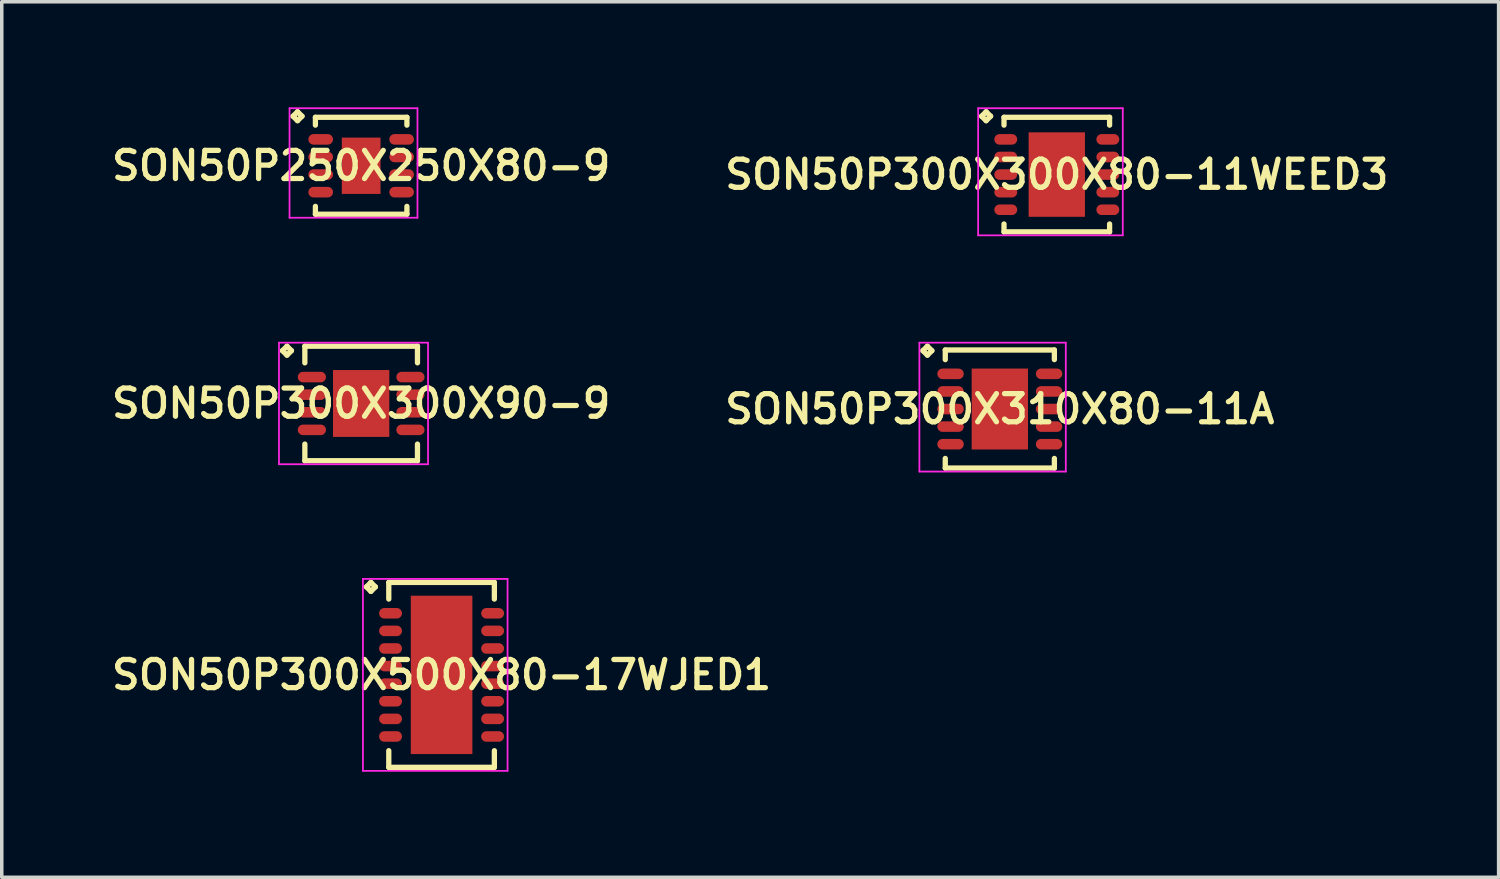
<source format=kicad_pcb>
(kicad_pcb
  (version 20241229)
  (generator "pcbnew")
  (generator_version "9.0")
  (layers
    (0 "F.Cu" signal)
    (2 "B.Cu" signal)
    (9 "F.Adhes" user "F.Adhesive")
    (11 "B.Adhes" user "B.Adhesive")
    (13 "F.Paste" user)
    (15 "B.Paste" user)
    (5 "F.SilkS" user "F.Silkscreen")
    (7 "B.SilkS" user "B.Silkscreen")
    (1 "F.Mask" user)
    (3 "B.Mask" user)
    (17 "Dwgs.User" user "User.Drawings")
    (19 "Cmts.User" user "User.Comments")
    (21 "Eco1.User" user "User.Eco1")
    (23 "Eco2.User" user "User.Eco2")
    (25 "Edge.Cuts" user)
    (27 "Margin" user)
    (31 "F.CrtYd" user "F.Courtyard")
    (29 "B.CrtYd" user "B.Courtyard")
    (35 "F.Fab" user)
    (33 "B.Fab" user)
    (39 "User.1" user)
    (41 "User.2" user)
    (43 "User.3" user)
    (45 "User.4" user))
  (footprint "SON50P300X300X80-11WEED3"
    (layer "F.Cu")
    (at 26.978 1.91)
    (property "Reference" "SON50P300X300X80-11WEED3" (at 0 0 0) (layer "F.SilkS") (effects (font (size 0.8 0.8) (thickness 0.15))))
    (attr smd)
    (fp_line (start -2.135 -1.658) (end -2.008 -1.785) (stroke (width 0.15) (type solid)) (layer "F.SilkS"))
    (fp_line (start -2.008 -1.785) (end -1.881 -1.658) (stroke (width 0.15) (type solid)) (layer "F.SilkS"))
    (fp_line (start -2.008 -1.531) (end -2.135 -1.658) (stroke (width 0.15) (type solid)) (layer "F.SilkS"))
    (fp_line (start -1.881 -1.658) (end -2.008 -1.531) (stroke (width 0.15) (type solid)) (layer "F.SilkS"))
    (fp_line (start -1.5 -1.627) (end 1.5 -1.627) (stroke (width 0.15) (type solid)) (layer "F.SilkS"))
    (fp_line (start -1.5 -1.404) (end -1.5 -1.627) (stroke (width 0.15) (type solid)) (layer "F.SilkS"))
    (fp_line (start -1.5 1.404) (end -1.5 1.627) (stroke (width 0.15) (type solid)) (layer "F.SilkS"))
    (fp_line (start -1.5 1.627) (end 1.5 1.627) (stroke (width 0.15) (type solid)) (layer "F.SilkS"))
    (fp_line (start 1.5 -1.627) (end 1.5 -1.404) (stroke (width 0.15) (type solid)) (layer "F.SilkS"))
    (fp_line (start 1.5 1.627) (end 1.5 1.404) (stroke (width 0.15) (type solid)) (layer "F.SilkS"))
    (fp_line (start -2.235 -1.885) (end 1.875 -1.885) (stroke (width 0.05) (type solid)) (layer "F.CrtYd"))
    (fp_line (start -2.235 1.727) (end -2.235 -1.885) (stroke (width 0.05) (type solid)) (layer "F.CrtYd"))
    (fp_line (start 1.875 -1.885) (end 1.875 1.727) (stroke (width 0.05) (type solid)) (layer "F.CrtYd"))
    (fp_line (start 1.875 1.727) (end -2.235 1.727) (stroke (width 0.05) (type solid)) (layer "F.CrtYd"))
    (pad "1" smd oval (at -1.45 -1) (size 0.65 0.3) (layers "F.Cu" "F.Mask" "F.Paste"))
    (pad "2" smd oval (at -1.45 -0.5) (size 0.65 0.3) (layers "F.Cu" "F.Mask" "F.Paste"))
    (pad "3" smd oval (at -1.45 0) (size 0.65 0.3) (layers "F.Cu" "F.Mask" "F.Paste"))
    (pad "4" smd oval (at -1.45 0.5) (size 0.65 0.3) (layers "F.Cu" "F.Mask" "F.Paste"))
    (pad "5" smd oval (at -1.45 1) (size 0.65 0.3) (layers "F.Cu" "F.Mask" "F.Paste"))
    (pad "6" smd oval (at 1.45 1) (size 0.65 0.3) (layers "F.Cu" "F.Mask" "F.Paste"))
    (pad "7" smd oval (at 1.45 0.5) (size 0.65 0.3) (layers "F.Cu" "F.Mask" "F.Paste"))
    (pad "8" smd oval (at 1.45 0) (size 0.65 0.3) (layers "F.Cu" "F.Mask" "F.Paste"))
    (pad "9" smd oval (at 1.45 -0.5) (size 0.65 0.3) (layers "F.Cu" "F.Mask" "F.Paste"))
    (pad "10" smd oval (at 1.45 -1) (size 0.65 0.3) (layers "F.Cu" "F.Mask" "F.Paste"))
    (pad "11" smd rect (at 0 0) (size 1.6 2.4) (layers "F.Cu" "F.Mask" "F.Paste")))
  (footprint "SON50P300X300X90-9"
    (layer "F.Cu")
    (at 7.212 8.414)
    (property "Reference" "SON50P300X300X90-9" (at 0 0 0) (layer "F.SilkS") (effects (font (size 0.8 0.8) (thickness 0.15))))
    (attr smd)
    (fp_line (start -2.235 -1.5) (end -2.108 -1.627) (stroke (width 0.15) (type solid)) (layer "F.SilkS"))
    (fp_line (start -2.108 -1.627) (end -1.981 -1.5) (stroke (width 0.15) (type solid)) (layer "F.SilkS"))
    (fp_line (start -2.108 -1.373) (end -2.235 -1.5) (stroke (width 0.15) (type solid)) (layer "F.SilkS"))
    (fp_line (start -1.981 -1.5) (end -2.108 -1.373) (stroke (width 0.15) (type solid)) (layer "F.SilkS"))
    (fp_line (start -1.6 -1.627) (end 1.6 -1.627) (stroke (width 0.15) (type solid)) (layer "F.SilkS"))
    (fp_line (start -1.6 -1.154) (end -1.6 -1.627) (stroke (width 0.15) (type solid)) (layer "F.SilkS"))
    (fp_line (start -1.6 1.154) (end -1.6 1.627) (stroke (width 0.15) (type solid)) (layer "F.SilkS"))
    (fp_line (start -1.6 1.627) (end 1.6 1.627) (stroke (width 0.15) (type solid)) (layer "F.SilkS"))
    (fp_line (start 1.6 -1.627) (end 1.6 -1.154) (stroke (width 0.15) (type solid)) (layer "F.SilkS"))
    (fp_line (start 1.6 1.627) (end 1.6 1.154) (stroke (width 0.15) (type solid)) (layer "F.SilkS"))
    (fp_line (start -2.335 -1.727) (end 1.9 -1.727) (stroke (width 0.05) (type solid)) (layer "F.CrtYd"))
    (fp_line (start -2.335 1.727) (end -2.335 -1.727) (stroke (width 0.05) (type solid)) (layer "F.CrtYd"))
    (fp_line (start 1.9 -1.727) (end 1.9 1.727) (stroke (width 0.05) (type solid)) (layer "F.CrtYd"))
    (fp_line (start 1.9 1.727) (end -2.335 1.727) (stroke (width 0.05) (type solid)) (layer "F.CrtYd"))
    (pad "1" smd oval (at -1.4 -0.75) (size 0.8 0.3) (layers "F.Cu" "F.Mask" "F.Paste"))
    (pad "2" smd oval (at -1.4 -0.25) (size 0.8 0.3) (layers "F.Cu" "F.Mask" "F.Paste"))
    (pad "3" smd oval (at -1.4 0.25) (size 0.8 0.3) (layers "F.Cu" "F.Mask" "F.Paste"))
    (pad "4" smd oval (at -1.4 0.75) (size 0.8 0.3) (layers "F.Cu" "F.Mask" "F.Paste"))
    (pad "5" smd oval (at 1.4 0.75) (size 0.8 0.3) (layers "F.Cu" "F.Mask" "F.Paste"))
    (pad "6" smd oval (at 1.4 0.25) (size 0.8 0.3) (layers "F.Cu" "F.Mask" "F.Paste"))
    (pad "7" smd oval (at 1.4 -0.25) (size 0.8 0.3) (layers "F.Cu" "F.Mask" "F.Paste"))
    (pad "8" smd oval (at 1.4 -0.75) (size 0.8 0.3) (layers "F.Cu" "F.Mask" "F.Paste"))
    (pad "9" smd rect (at 0 0) (size 1.6 1.9) (layers "F.Cu" "F.Mask" "F.Paste")))
  (footprint "SON50P300X310X80-11A"
    (layer "F.Cu")
    (at 25.359 8.572)
    (property "Reference" "SON50P300X310X80-11A" (at 0 0 0) (layer "F.SilkS") (effects (font (size 0.8 0.8) (thickness 0.15))))
    (attr smd)
    (fp_line (start -2.185 -1.658) (end -2.058 -1.785) (stroke (width 0.15) (type solid)) (layer "F.SilkS"))
    (fp_line (start -2.058 -1.785) (end -1.931 -1.658) (stroke (width 0.15) (type solid)) (layer "F.SilkS"))
    (fp_line (start -2.058 -1.531) (end -2.185 -1.658) (stroke (width 0.15) (type solid)) (layer "F.SilkS"))
    (fp_line (start -1.931 -1.658) (end -2.058 -1.531) (stroke (width 0.15) (type solid)) (layer "F.SilkS"))
    (fp_line (start -1.55 -1.677) (end 1.55 -1.677) (stroke (width 0.15) (type solid)) (layer "F.SilkS"))
    (fp_line (start -1.55 -1.404) (end -1.55 -1.677) (stroke (width 0.15) (type solid)) (layer "F.SilkS"))
    (fp_line (start -1.55 1.404) (end -1.55 1.677) (stroke (width 0.15) (type solid)) (layer "F.SilkS"))
    (fp_line (start -1.55 1.677) (end 1.55 1.677) (stroke (width 0.15) (type solid)) (layer "F.SilkS"))
    (fp_line (start 1.55 -1.677) (end 1.55 -1.404) (stroke (width 0.15) (type solid)) (layer "F.SilkS"))
    (fp_line (start 1.55 1.677) (end 1.55 1.404) (stroke (width 0.15) (type solid)) (layer "F.SilkS"))
    (fp_line (start -2.285 -1.885) (end 1.875 -1.885) (stroke (width 0.05) (type solid)) (layer "F.CrtYd"))
    (fp_line (start -2.285 1.777) (end -2.285 -1.885) (stroke (width 0.05) (type solid)) (layer "F.CrtYd"))
    (fp_line (start 1.875 -1.885) (end 1.875 1.777) (stroke (width 0.05) (type solid)) (layer "F.CrtYd"))
    (fp_line (start 1.875 1.777) (end -2.285 1.777) (stroke (width 0.05) (type solid)) (layer "F.CrtYd"))
    (pad "1" smd oval (at -1.4 -1) (size 0.75 0.3) (layers "F.Cu" "F.Mask" "F.Paste"))
    (pad "2" smd oval (at -1.4 -0.5) (size 0.75 0.3) (layers "F.Cu" "F.Mask" "F.Paste"))
    (pad "3" smd oval (at -1.4 0) (size 0.75 0.3) (layers "F.Cu" "F.Mask" "F.Paste"))
    (pad "4" smd oval (at -1.4 0.5) (size 0.75 0.3) (layers "F.Cu" "F.Mask" "F.Paste"))
    (pad "5" smd oval (at -1.4 1) (size 0.75 0.3) (layers "F.Cu" "F.Mask" "F.Paste"))
    (pad "6" smd oval (at 1.4 1) (size 0.75 0.3) (layers "F.Cu" "F.Mask" "F.Paste"))
    (pad "7" smd oval (at 1.4 0.5) (size 0.75 0.3) (layers "F.Cu" "F.Mask" "F.Paste"))
    (pad "8" smd oval (at 1.4 0) (size 0.75 0.3) (layers "F.Cu" "F.Mask" "F.Paste"))
    (pad "9" smd oval (at 1.4 -0.5) (size 0.75 0.3) (layers "F.Cu" "F.Mask" "F.Paste"))
    (pad "10" smd oval (at 1.4 -1) (size 0.75 0.3) (layers "F.Cu" "F.Mask" "F.Paste"))
    (pad "11" smd rect (at 0 0) (size 1.6 2.3) (layers "F.Cu" "F.Mask" "F.Paste")))
  (footprint "SON50P250X250X80-9"
    (layer "F.Cu")
    (at 7.212 1.66)
    (property "Reference" "SON50P250X250X80-9" (at 0 0 0) (layer "F.SilkS") (effects (font (size 0.8 0.8) (thickness 0.15))))
    (attr smd)
    (fp_line (start -1.935 -1.408) (end -1.808 -1.535) (stroke (width 0.15) (type solid)) (layer "F.SilkS"))
    (fp_line (start -1.808 -1.535) (end -1.681 -1.408) (stroke (width 0.15) (type solid)) (layer "F.SilkS"))
    (fp_line (start -1.808 -1.281) (end -1.935 -1.408) (stroke (width 0.15) (type solid)) (layer "F.SilkS"))
    (fp_line (start -1.681 -1.408) (end -1.808 -1.281) (stroke (width 0.15) (type solid)) (layer "F.SilkS"))
    (fp_line (start -1.3 -1.377) (end 1.3 -1.377) (stroke (width 0.15) (type solid)) (layer "F.SilkS"))
    (fp_line (start -1.3 -1.154) (end -1.3 -1.377) (stroke (width 0.15) (type solid)) (layer "F.SilkS"))
    (fp_line (start -1.3 1.154) (end -1.3 1.377) (stroke (width 0.15) (type solid)) (layer "F.SilkS"))
    (fp_line (start -1.3 1.377) (end 1.3 1.377) (stroke (width 0.15) (type solid)) (layer "F.SilkS"))
    (fp_line (start 1.3 -1.377) (end 1.3 -1.154) (stroke (width 0.15) (type solid)) (layer "F.SilkS"))
    (fp_line (start 1.3 1.377) (end 1.3 1.154) (stroke (width 0.15) (type solid)) (layer "F.SilkS"))
    (fp_line (start -2.035 -1.635) (end 1.6 -1.635) (stroke (width 0.05) (type solid)) (layer "F.CrtYd"))
    (fp_line (start -2.035 1.477) (end -2.035 -1.635) (stroke (width 0.05) (type solid)) (layer "F.CrtYd"))
    (fp_line (start 1.6 -1.635) (end 1.6 1.477) (stroke (width 0.05) (type solid)) (layer "F.CrtYd"))
    (fp_line (start 1.6 1.477) (end -2.035 1.477) (stroke (width 0.05) (type solid)) (layer "F.CrtYd"))
    (pad "1" smd oval (at -1.15 -0.75) (size 0.7 0.3) (layers "F.Cu" "F.Mask" "F.Paste"))
    (pad "2" smd oval (at -1.15 -0.25) (size 0.7 0.3) (layers "F.Cu" "F.Mask" "F.Paste"))
    (pad "3" smd oval (at -1.15 0.25) (size 0.7 0.3) (layers "F.Cu" "F.Mask" "F.Paste"))
    (pad "4" smd oval (at -1.15 0.75) (size 0.7 0.3) (layers "F.Cu" "F.Mask" "F.Paste"))
    (pad "5" smd oval (at 1.15 0.75) (size 0.7 0.3) (layers "F.Cu" "F.Mask" "F.Paste"))
    (pad "6" smd oval (at 1.15 0.25) (size 0.7 0.3) (layers "F.Cu" "F.Mask" "F.Paste"))
    (pad "7" smd oval (at 1.15 -0.25) (size 0.7 0.3) (layers "F.Cu" "F.Mask" "F.Paste"))
    (pad "8" smd oval (at 1.15 -0.75) (size 0.7 0.3) (layers "F.Cu" "F.Mask" "F.Paste"))
    (pad "9" smd rect (at 0 0) (size 1.1 1.6) (layers "F.Cu" "F.Mask" "F.Paste")))
  (footprint "SON50P300X500X80-17WJED1"
    (layer "F.Cu")
    (at 9.497 16.126)
    (property "Reference" "SON50P300X500X80-17WJED1" (at 0 0 0) (layer "F.SilkS") (effects (font (size 0.8 0.8) (thickness 0.15))))
    (attr smd)
    (fp_line (start -2.135 -2.5) (end -2.008 -2.627) (stroke (width 0.15) (type solid)) (layer "F.SilkS"))
    (fp_line (start -2.008 -2.627) (end -1.881 -2.5) (stroke (width 0.15) (type solid)) (layer "F.SilkS"))
    (fp_line (start -2.008 -2.373) (end -2.135 -2.5) (stroke (width 0.15) (type solid)) (layer "F.SilkS"))
    (fp_line (start -1.881 -2.5) (end -2.008 -2.373) (stroke (width 0.15) (type solid)) (layer "F.SilkS"))
    (fp_line (start -1.5 -2.627) (end 1.5 -2.627) (stroke (width 0.15) (type solid)) (layer "F.SilkS"))
    (fp_line (start -1.5 -2.154) (end -1.5 -2.627) (stroke (width 0.15) (type solid)) (layer "F.SilkS"))
    (fp_line (start -1.5 2.154) (end -1.5 2.627) (stroke (width 0.15) (type solid)) (layer "F.SilkS"))
    (fp_line (start -1.5 2.627) (end 1.5 2.627) (stroke (width 0.15) (type solid)) (layer "F.SilkS"))
    (fp_line (start 1.5 -2.627) (end 1.5 -2.154) (stroke (width 0.15) (type solid)) (layer "F.SilkS"))
    (fp_line (start 1.5 2.627) (end 1.5 2.154) (stroke (width 0.15) (type solid)) (layer "F.SilkS"))
    (fp_line (start -2.235 -2.727) (end 1.875 -2.727) (stroke (width 0.05) (type solid)) (layer "F.CrtYd"))
    (fp_line (start -2.235 2.727) (end -2.235 -2.727) (stroke (width 0.05) (type solid)) (layer "F.CrtYd"))
    (fp_line (start 1.875 -2.727) (end 1.875 2.727) (stroke (width 0.05) (type solid)) (layer "F.CrtYd"))
    (fp_line (start 1.875 2.727) (end -2.235 2.727) (stroke (width 0.05) (type solid)) (layer "F.CrtYd"))
    (pad "1" smd oval (at -1.45 -1.75) (size 0.65 0.3) (layers "F.Cu" "F.Mask" "F.Paste"))
    (pad "2" smd oval (at -1.45 -1.25) (size 0.65 0.3) (layers "F.Cu" "F.Mask" "F.Paste"))
    (pad "3" smd oval (at -1.45 -0.75) (size 0.65 0.3) (layers "F.Cu" "F.Mask" "F.Paste"))
    (pad "4" smd oval (at -1.45 -0.25) (size 0.65 0.3) (layers "F.Cu" "F.Mask" "F.Paste"))
    (pad "5" smd oval (at -1.45 0.25) (size 0.65 0.3) (layers "F.Cu" "F.Mask" "F.Paste"))
    (pad "6" smd oval (at -1.45 0.75) (size 0.65 0.3) (layers "F.Cu" "F.Mask" "F.Paste"))
    (pad "7" smd oval (at -1.45 1.25) (size 0.65 0.3) (layers "F.Cu" "F.Mask" "F.Paste"))
    (pad "8" smd oval (at -1.45 1.75) (size 0.65 0.3) (layers "F.Cu" "F.Mask" "F.Paste"))
    (pad "9" smd oval (at 1.45 1.75) (size 0.65 0.3) (layers "F.Cu" "F.Mask" "F.Paste"))
    (pad "10" smd oval (at 1.45 1.25) (size 0.65 0.3) (layers "F.Cu" "F.Mask" "F.Paste"))
    (pad "11" smd oval (at 1.45 0.75) (size 0.65 0.3) (layers "F.Cu" "F.Mask" "F.Paste"))
    (pad "12" smd oval (at 1.45 0.25) (size 0.65 0.3) (layers "F.Cu" "F.Mask" "F.Paste"))
    (pad "13" smd oval (at 1.45 -0.25) (size 0.65 0.3) (layers "F.Cu" "F.Mask" "F.Paste"))
    (pad "14" smd oval (at 1.45 -0.75) (size 0.65 0.3) (layers "F.Cu" "F.Mask" "F.Paste"))
    (pad "15" smd oval (at 1.45 -1.25) (size 0.65 0.3) (layers "F.Cu" "F.Mask" "F.Paste"))
    (pad "16" smd oval (at 1.45 -1.75) (size 0.65 0.3) (layers "F.Cu" "F.Mask" "F.Paste"))
    (pad "17" smd rect (at 0 0) (size 1.75 4.5) (layers "F.Cu" "F.Mask" "F.Paste")))
  (gr_rect
    (start -3 -3)
    (end 39.532 21.878)
    (stroke (width 0.1) (type default))
    (fill no)
    (layer "Edge.Cuts")))
</source>
